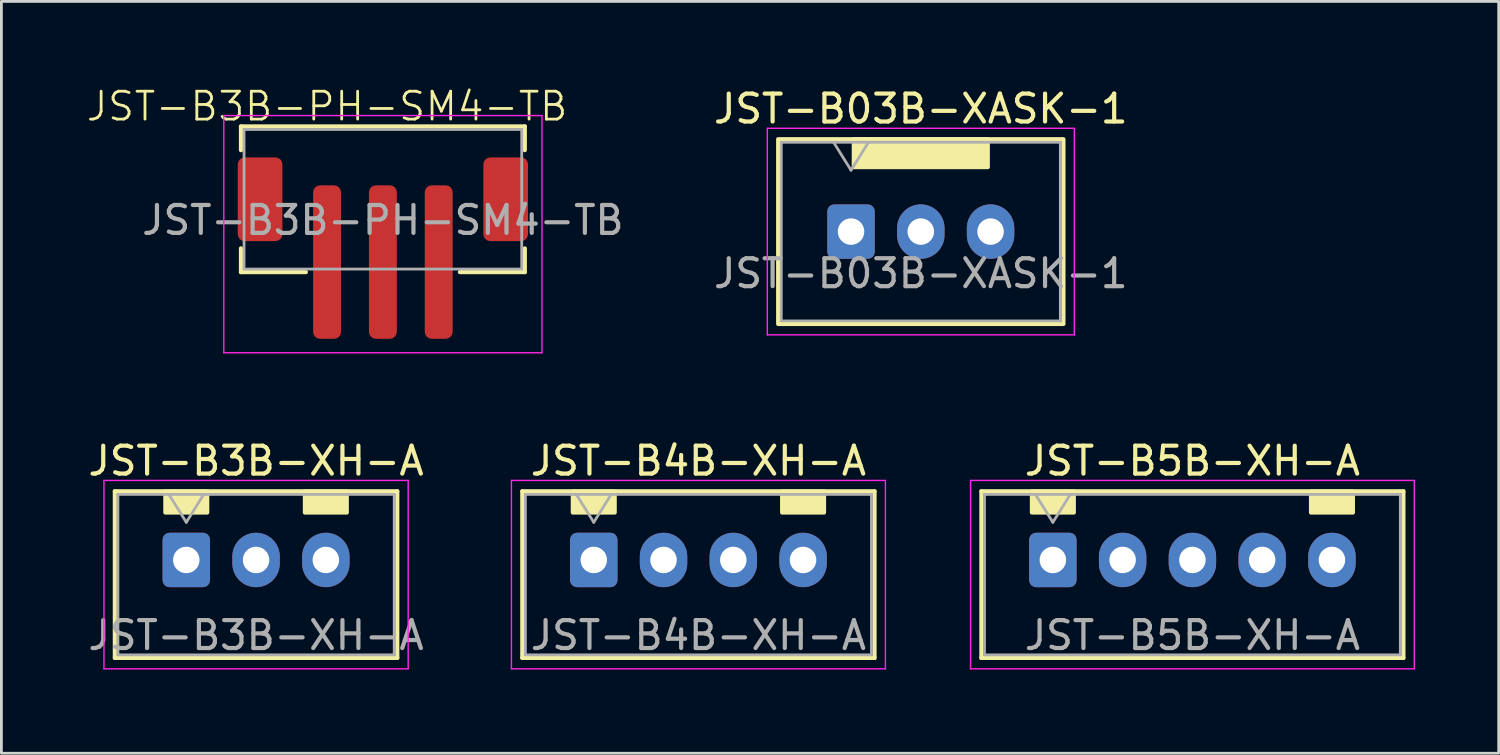
<source format=kicad_pcb>
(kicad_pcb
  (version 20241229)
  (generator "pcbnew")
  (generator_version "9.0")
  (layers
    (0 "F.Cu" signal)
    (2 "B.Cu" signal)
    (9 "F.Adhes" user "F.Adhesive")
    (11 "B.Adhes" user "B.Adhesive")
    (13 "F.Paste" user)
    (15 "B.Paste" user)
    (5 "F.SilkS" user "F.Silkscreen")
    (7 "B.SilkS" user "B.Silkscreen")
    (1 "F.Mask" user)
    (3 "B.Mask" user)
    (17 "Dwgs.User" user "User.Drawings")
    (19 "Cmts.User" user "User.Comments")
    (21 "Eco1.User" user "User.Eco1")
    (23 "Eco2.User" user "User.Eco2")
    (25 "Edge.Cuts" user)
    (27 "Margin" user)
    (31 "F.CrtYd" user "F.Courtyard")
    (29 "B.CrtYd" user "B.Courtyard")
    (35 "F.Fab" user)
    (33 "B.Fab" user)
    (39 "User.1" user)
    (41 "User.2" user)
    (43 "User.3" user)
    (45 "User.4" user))
  (footprint "JST-B3B-XH-A"
    (layer "F.Cu")
    (at 6.125 17.014)
    (property "Reference" "JST-B3B-XH-A" (at 0 -3.55 0) (layer "F.SilkS") (effects (font (size 1 1) (thickness 0.15))))
    (attr through_hole)
    (fp_line (start -5.06 -2.46) (end -5.06 3.51) (stroke (width 0.15) (type solid)) (layer "F.SilkS"))
    (fp_line (start -5.06 3.51) (end 5.06 3.51) (stroke (width 0.15) (type solid)) (layer "F.SilkS"))
    (fp_line (start 5.06 -2.46) (end -5.06 -2.46) (stroke (width 0.15) (type solid)) (layer "F.SilkS"))
    (fp_line (start 5.06 3.51) (end 5.06 -2.46) (stroke (width 0.15) (type solid)) (layer "F.SilkS"))
    (fp_rect (start -3.25 -2.45) (end -1.75 -1.7) (stroke (width 0.15) (type default)) (fill yes) (layer "F.SilkS"))
    (fp_rect (start 1.75 -2.45) (end 3.25 -1.7) (stroke (width 0.15) (type default)) (fill yes) (layer "F.SilkS"))
    (fp_line (start -5.45 -2.85) (end -5.45 3.9) (stroke (width 0.05) (type solid)) (layer "F.CrtYd"))
    (fp_line (start -5.45 3.9) (end 5.45 3.9) (stroke (width 0.05) (type solid)) (layer "F.CrtYd"))
    (fp_line (start 5.45 -2.85) (end -5.45 -2.85) (stroke (width 0.05) (type solid)) (layer "F.CrtYd"))
    (fp_line (start 5.45 3.9) (end 5.45 -2.85) (stroke (width 0.05) (type solid)) (layer "F.CrtYd"))
    (fp_line (start -4.95 -2.35) (end -4.95 3.4) (stroke (width 0.1) (type solid)) (layer "F.Fab"))
    (fp_line (start -4.95 3.4) (end 4.95 3.4) (stroke (width 0.1) (type solid)) (layer "F.Fab"))
    (fp_line (start -3.125 -2.35) (end -2.5 -1.35) (stroke (width 0.1) (type solid)) (layer "F.Fab"))
    (fp_line (start -2.5 -1.35) (end -1.875 -2.35) (stroke (width 0.1) (type solid)) (layer "F.Fab"))
    (fp_line (start 4.95 -2.35) (end -4.95 -2.35) (stroke (width 0.1) (type solid)) (layer "F.Fab"))
    (fp_line (start 4.95 3.4) (end 4.95 -2.35) (stroke (width 0.1) (type solid)) (layer "F.Fab"))
    (fp_text user "${REFERENCE}" (at 0 2.7 0) (layer "F.Fab") (effects (font (size 1 1) (thickness 0.15))))
    (pad "1" thru_hole roundrect (at -2.5 0) (size 1.7 1.95) (drill 0.95) (layers "*.Cu" "*.Mask") (roundrect_rratio 0.147))
    (pad "2" thru_hole oval (at 0 0) (size 1.7 1.95) (drill 0.95) (layers "*.Cu" "*.Mask"))
    (pad "3" thru_hole oval (at 2.5 0) (size 1.7 1.95) (drill 0.95) (layers "*.Cu" "*.Mask")))
  (footprint "JST-B4B-XH-A"
    (layer "F.Cu")
    (at 21.975 16.989)
    (property "Reference" "JST-B4B-XH-A" (at 0 -3.525 0) (layer "F.SilkS") (effects (font (size 1 1) (thickness 0.15))))
    (attr through_hole)
    (fp_line (start -6.31 -2.435) (end -6.31 3.535) (stroke (width 0.15) (type solid)) (layer "F.SilkS"))
    (fp_line (start -6.31 3.535) (end 6.31 3.535) (stroke (width 0.15) (type solid)) (layer "F.SilkS"))
    (fp_line (start 6.31 -2.435) (end -6.31 -2.435) (stroke (width 0.15) (type solid)) (layer "F.SilkS"))
    (fp_line (start 6.31 3.535) (end 6.31 -2.435) (stroke (width 0.15) (type solid)) (layer "F.SilkS"))
    (fp_rect (start -4.5 -2.425) (end -3 -1.675) (stroke (width 0.15) (type default)) (fill yes) (layer "F.SilkS"))
    (fp_rect (start 3 -2.425) (end 4.5 -1.675) (stroke (width 0.15) (type default)) (fill yes) (layer "F.SilkS"))
    (fp_line (start -6.7 -2.825) (end -6.7 3.925) (stroke (width 0.05) (type solid)) (layer "F.CrtYd"))
    (fp_line (start -6.7 3.925) (end 6.7 3.925) (stroke (width 0.05) (type solid)) (layer "F.CrtYd"))
    (fp_line (start 6.7 -2.825) (end -6.7 -2.825) (stroke (width 0.05) (type solid)) (layer "F.CrtYd"))
    (fp_line (start 6.7 3.925) (end 6.7 -2.825) (stroke (width 0.05) (type solid)) (layer "F.CrtYd"))
    (fp_line (start -6.2 -2.325) (end -6.2 3.425) (stroke (width 0.1) (type solid)) (layer "F.Fab"))
    (fp_line (start -6.2 3.425) (end 6.2 3.425) (stroke (width 0.1) (type solid)) (layer "F.Fab"))
    (fp_line (start -4.375 -2.325) (end -3.75 -1.325) (stroke (width 0.1) (type solid)) (layer "F.Fab"))
    (fp_line (start -3.75 -1.325) (end -3.125 -2.325) (stroke (width 0.1) (type solid)) (layer "F.Fab"))
    (fp_line (start 6.2 -2.325) (end -6.2 -2.325) (stroke (width 0.1) (type solid)) (layer "F.Fab"))
    (fp_line (start 6.2 3.425) (end 6.2 -2.325) (stroke (width 0.1) (type solid)) (layer "F.Fab"))
    (fp_text user "${REFERENCE}" (at 0 2.725 0) (layer "F.Fab") (effects (font (size 1 1) (thickness 0.15))))
    (pad "1" thru_hole roundrect (at -3.75 0.025) (size 1.7 1.95) (drill 0.95) (layers "*.Cu" "*.Mask") (roundrect_rratio 0.147))
    (pad "2" thru_hole oval (at -1.25 0.025) (size 1.7 1.95) (drill 0.95) (layers "*.Cu" "*.Mask"))
    (pad "3" thru_hole oval (at 1.25 0.025) (size 1.7 1.95) (drill 0.95) (layers "*.Cu" "*.Mask"))
    (pad "4" thru_hole oval (at 3.75 0.025) (size 1.7 1.95) (drill 0.95) (layers "*.Cu" "*.Mask")))
  (footprint "JST-B3B-PH-SM4-TB"
    (layer "F.Cu")
    (at 10.669 5.84)
    (property "Reference" "JST-B3B-PH-SM4-TB" (at -2 -5.08 0) (unlocked yes) (layer "F.SilkS") (effects (font (size 1 1) (thickness 0.1))))
    (attr smd)
    (fp_line (start -5.085 -4.36) (end -5.085 -3.51) (stroke (width 0.15) (type solid)) (layer "F.SilkS"))
    (fp_line (start -5.085 -4.36) (end 5.085 -4.36) (stroke (width 0.15) (type solid)) (layer "F.SilkS"))
    (fp_line (start -5.085 0.01) (end -5.085 0.86) (stroke (width 0.15) (type solid)) (layer "F.SilkS"))
    (fp_line (start -5.085 0.86) (end -2.76 0.86) (stroke (width 0.15) (type solid)) (layer "F.SilkS"))
    (fp_line (start 5.085 -4.36) (end 5.085 -3.51) (stroke (width 0.15) (type solid)) (layer "F.SilkS"))
    (fp_line (start 5.085 0.01) (end 5.085 0.86) (stroke (width 0.15) (type solid)) (layer "F.SilkS"))
    (fp_line (start 5.085 0.86) (end 2.76 0.86) (stroke (width 0.15) (type solid)) (layer "F.SilkS"))
    (fp_line (start -5.7 -4.75) (end -5.7 3.75) (stroke (width 0.05) (type solid)) (layer "F.CrtYd"))
    (fp_line (start -5.7 3.75) (end 5.7 3.75) (stroke (width 0.05) (type solid)) (layer "F.CrtYd"))
    (fp_line (start 5.7 -4.75) (end -5.7 -4.75) (stroke (width 0.05) (type solid)) (layer "F.CrtYd"))
    (fp_line (start 5.7 3.75) (end 5.7 -4.75) (stroke (width 0.05) (type solid)) (layer "F.CrtYd"))
    (fp_line (start -4.975 -4.25) (end 4.975 -4.25) (stroke (width 0.1) (type solid)) (layer "F.Fab"))
    (fp_line (start -4.975 0.75) (end -4.975 -4.25) (stroke (width 0.1) (type solid)) (layer "F.Fab"))
    (fp_line (start -4.975 0.75) (end 4.975 0.75) (stroke (width 0.1) (type solid)) (layer "F.Fab"))
    (fp_line (start 4.975 0.75) (end 4.975 -4.25) (stroke (width 0.1) (type solid)) (layer "F.Fab"))
    (fp_text user "${REFERENCE}" (at 0 -1 0) (layer "F.Fab") (effects (font (size 1 1) (thickness 0.15))))
    (pad "1" smd roundrect (at -2 0.5) (size 1 5.5) (layers "F.Cu" "F.Mask" "F.Paste") (roundrect_rratio 0.25))
    (pad "2" smd roundrect (at 0 0.5) (size 1 5.5) (layers "F.Cu" "F.Mask" "F.Paste") (roundrect_rratio 0.25))
    (pad "3" smd roundrect (at 2 0.5) (size 1 5.5) (layers "F.Cu" "F.Mask" "F.Paste") (roundrect_rratio 0.25))
    (pad "S" smd roundrect (at -4.4 -1.75) (size 1.6 3) (layers "F.Cu" "F.Mask" "F.Paste") (roundrect_rratio 0.156))
    (pad "S" smd roundrect (at 4.4 -1.75) (size 1.6 3) (layers "F.Cu" "F.Mask" "F.Paste") (roundrect_rratio 0.156)))
  (footprint "JST-B03B-XASK-1"
    (layer "F.Cu")
    (at 29.943 5.248)
    (property "Reference" "JST-B03B-XASK-1" (at 0 -4.4 0) (layer "F.SilkS") (effects (font (size 1 1) (thickness 0.15))))
    (attr through_hole)
    (fp_rect (start -5.11 -3.31) (end 5.11 3.31) (stroke (width 0.15) (type default)) (fill no) (layer "F.SilkS"))
    (fp_rect (start -2.4 -3.31) (end 2.4 -2.31) (stroke (width 0.15) (type solid)) (fill yes) (layer "F.SilkS"))
    (fp_line (start -5.5 -3.7) (end -5.5 3.7) (stroke (width 0.05) (type solid)) (layer "F.CrtYd"))
    (fp_line (start -5.5 3.7) (end 5.5 3.7) (stroke (width 0.05) (type solid)) (layer "F.CrtYd"))
    (fp_line (start 5.5 -3.7) (end -5.5 -3.7) (stroke (width 0.05) (type solid)) (layer "F.CrtYd"))
    (fp_line (start 5.5 3.7) (end 5.5 -3.7) (stroke (width 0.05) (type solid)) (layer "F.CrtYd"))
    (fp_line (start -5 -3.2) (end -5 3.2) (stroke (width 0.1) (type solid)) (layer "F.Fab"))
    (fp_line (start -5 3.2) (end 5 3.2) (stroke (width 0.1) (type solid)) (layer "F.Fab"))
    (fp_line (start -3.125 -3.2) (end -2.5 -2.2) (stroke (width 0.1) (type solid)) (layer "F.Fab"))
    (fp_line (start -2.5 -2.2) (end -1.875 -3.2) (stroke (width 0.1) (type solid)) (layer "F.Fab"))
    (fp_line (start 5 -3.2) (end -5 -3.2) (stroke (width 0.1) (type solid)) (layer "F.Fab"))
    (fp_line (start 5 3.2) (end 5 -3.2) (stroke (width 0.1) (type solid)) (layer "F.Fab"))
    (fp_text user "${REFERENCE}" (at 0 1.5 0) (layer "F.Fab") (effects (font (size 1 1) (thickness 0.15))))
    (pad "1" thru_hole roundrect (at -2.5 0) (size 1.7 1.95) (drill 0.95) (layers "*.Cu" "*.Mask") (roundrect_rratio 0.147))
    (pad "2" thru_hole oval (at 0 0) (size 1.7 1.95) (drill 0.95) (layers "*.Cu" "*.Mask"))
    (pad "3" thru_hole oval (at 2.5 0) (size 1.7 1.95) (drill 0.95) (layers "*.Cu" "*.Mask")))
  (footprint "JST-B5B-XH-A"
    (layer "F.Cu")
    (at 39.675 17.014)
    (property "Reference" "JST-B5B-XH-A" (at 0 -3.55 0) (layer "F.SilkS") (effects (font (size 1 1) (thickness 0.15))))
    (attr through_hole)
    (fp_line (start -7.56 -2.46) (end -7.56 3.51) (stroke (width 0.15) (type solid)) (layer "F.SilkS"))
    (fp_line (start -7.56 3.51) (end 7.56 3.51) (stroke (width 0.15) (type solid)) (layer "F.SilkS"))
    (fp_line (start 7.56 -2.46) (end -7.56 -2.46) (stroke (width 0.15) (type solid)) (layer "F.SilkS"))
    (fp_line (start 7.56 3.51) (end 7.56 -2.46) (stroke (width 0.15) (type solid)) (layer "F.SilkS"))
    (fp_rect (start -5.75 -2.45) (end -4.25 -1.7) (stroke (width 0.15) (type default)) (fill yes) (layer "F.SilkS"))
    (fp_rect (start 4.25 -2.45) (end 5.75 -1.7) (stroke (width 0.15) (type default)) (fill yes) (layer "F.SilkS"))
    (fp_line (start -7.95 -2.85) (end -7.95 3.9) (stroke (width 0.05) (type solid)) (layer "F.CrtYd"))
    (fp_line (start -7.95 3.9) (end 7.95 3.9) (stroke (width 0.05) (type solid)) (layer "F.CrtYd"))
    (fp_line (start 7.95 -2.85) (end -7.95 -2.85) (stroke (width 0.05) (type solid)) (layer "F.CrtYd"))
    (fp_line (start 7.95 3.9) (end 7.95 -2.85) (stroke (width 0.05) (type solid)) (layer "F.CrtYd"))
    (fp_line (start -7.45 -2.35) (end -7.45 3.4) (stroke (width 0.1) (type solid)) (layer "F.Fab"))
    (fp_line (start -7.45 3.4) (end 7.45 3.4) (stroke (width 0.1) (type solid)) (layer "F.Fab"))
    (fp_line (start -5.625 -2.35) (end -5 -1.35) (stroke (width 0.1) (type solid)) (layer "F.Fab"))
    (fp_line (start -5 -1.35) (end -4.375 -2.35) (stroke (width 0.1) (type solid)) (layer "F.Fab"))
    (fp_line (start 7.45 -2.35) (end -7.45 -2.35) (stroke (width 0.1) (type solid)) (layer "F.Fab"))
    (fp_line (start 7.45 3.4) (end 7.45 -2.35) (stroke (width 0.1) (type solid)) (layer "F.Fab"))
    (fp_text user "${REFERENCE}" (at 0 2.7 0) (layer "F.Fab") (effects (font (size 1 1) (thickness 0.15))))
    (pad "1" thru_hole roundrect (at -5 0) (size 1.7 1.95) (drill 0.95) (layers "*.Cu" "*.Mask") (roundrect_rratio 0.147))
    (pad "2" thru_hole oval (at -2.5 0) (size 1.7 1.95) (drill 0.95) (layers "*.Cu" "*.Mask"))
    (pad "3" thru_hole oval (at 0 0) (size 1.7 1.95) (drill 0.95) (layers "*.Cu" "*.Mask"))
    (pad "4" thru_hole oval (at 2.5 0) (size 1.7 1.95) (drill 0.95) (layers "*.Cu" "*.Mask"))
    (pad "5" thru_hole oval (at 5 0) (size 1.7 1.95) (drill 0.95) (layers "*.Cu" "*.Mask")))
  (gr_rect
    (start -3 -3)
    (end 50.65 23.939)
    (stroke (width 0.1) (type default))
    (fill no)
    (layer "Edge.Cuts")))
</source>
